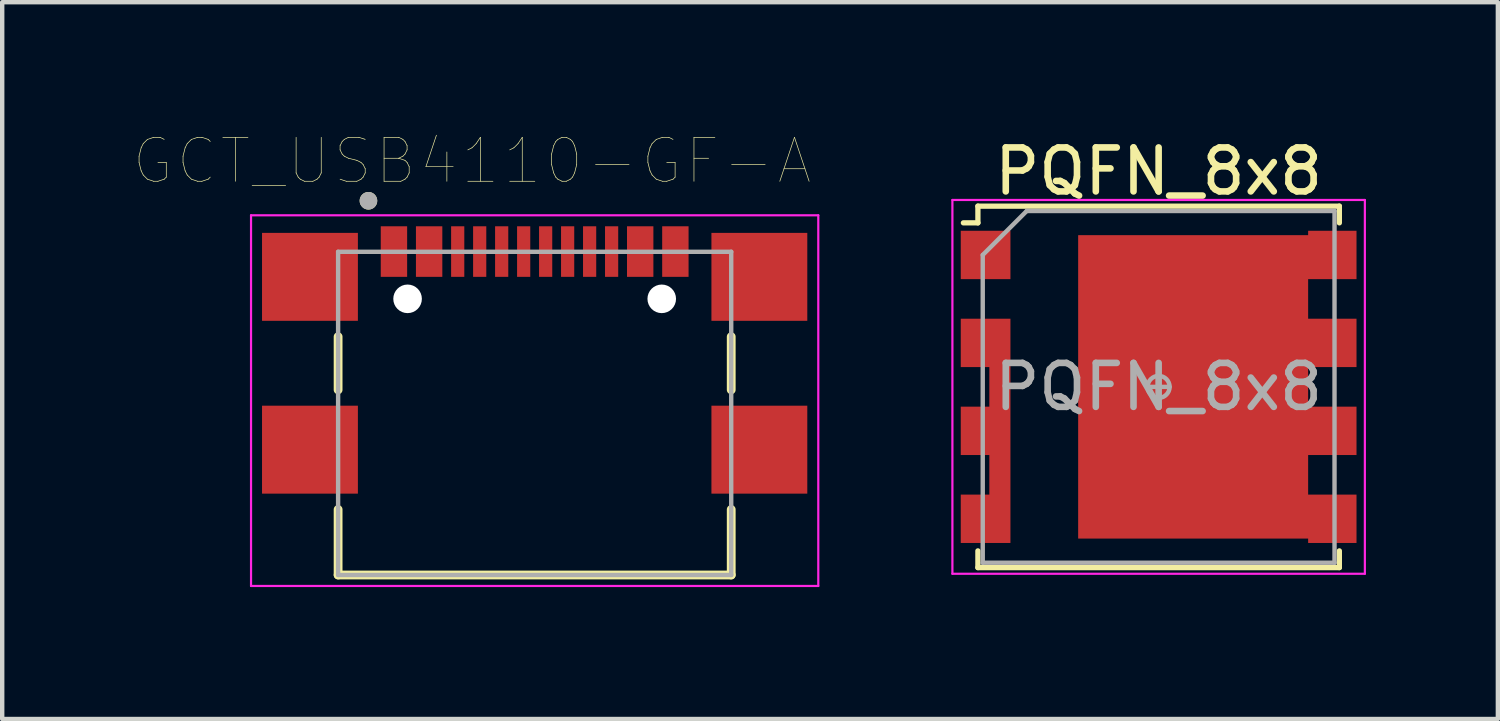
<source format=kicad_pcb>
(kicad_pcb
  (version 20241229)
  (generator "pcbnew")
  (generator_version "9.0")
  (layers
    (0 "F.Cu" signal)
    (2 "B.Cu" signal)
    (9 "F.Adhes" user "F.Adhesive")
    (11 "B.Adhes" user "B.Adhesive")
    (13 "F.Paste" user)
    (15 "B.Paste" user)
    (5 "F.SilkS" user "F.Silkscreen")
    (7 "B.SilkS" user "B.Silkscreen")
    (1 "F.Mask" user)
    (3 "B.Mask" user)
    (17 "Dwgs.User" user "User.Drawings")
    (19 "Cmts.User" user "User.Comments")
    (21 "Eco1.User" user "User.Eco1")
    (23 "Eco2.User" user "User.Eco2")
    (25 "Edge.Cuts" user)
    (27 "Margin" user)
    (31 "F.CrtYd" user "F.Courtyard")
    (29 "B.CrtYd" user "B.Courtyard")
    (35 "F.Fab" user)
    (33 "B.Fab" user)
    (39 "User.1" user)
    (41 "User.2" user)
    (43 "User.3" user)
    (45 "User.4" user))
  (footprint "GCT_USB4110-GF-A"
    (layer "F.Cu")
    (at 9.109 3.746)
    (property "Reference" "GCT_USB4110-GF-A" (at -1.425 -3.135 0) (layer "F.SilkS") (effects (font (size 1 1) (thickness 0.015))))
    (attr through_hole)
    (fp_line (start -4.47 0.86) (end -4.47 2.07) (stroke (width 0.2) (type solid)) (layer "F.SilkS"))
    (fp_line (start -4.47 4.79) (end -4.47 6.28) (stroke (width 0.2) (type solid)) (layer "F.SilkS"))
    (fp_line (start -4.47 6.28) (end 4.47 6.28) (stroke (width 0.2) (type solid)) (layer "F.SilkS"))
    (fp_line (start 4.47 0.86) (end 4.47 2.07) (stroke (width 0.2) (type solid)) (layer "F.SilkS"))
    (fp_line (start 4.47 6.28) (end 4.47 4.79) (stroke (width 0.2) (type solid)) (layer "F.SilkS"))
    (fp_circle (center -3.78 -2.23) (end -3.68 -2.23) (stroke (width 0.2) (type solid)) (fill no) (layer "F.SilkS"))
    (fp_line (start -6.45 -1.9) (end 6.45 -1.9) (stroke (width 0.05) (type solid)) (layer "F.CrtYd"))
    (fp_line (start -6.45 6.53) (end -6.45 -1.9) (stroke (width 0.05) (type solid)) (layer "F.CrtYd"))
    (fp_line (start 6.45 -1.9) (end 6.45 6.53) (stroke (width 0.05) (type solid)) (layer "F.CrtYd"))
    (fp_line (start 6.45 6.53) (end -6.45 6.53) (stroke (width 0.05) (type solid)) (layer "F.CrtYd"))
    (fp_line (start -4.47 -1.07) (end -4.47 6.28) (stroke (width 0.1) (type solid)) (layer "F.Fab"))
    (fp_line (start -4.47 6.28) (end 4.47 6.28) (stroke (width 0.1) (type solid)) (layer "F.Fab"))
    (fp_line (start 4.47 -1.07) (end -4.47 -1.07) (stroke (width 0.1) (type solid)) (layer "F.Fab"))
    (fp_line (start 4.47 6.28) (end 4.47 -1.07) (stroke (width 0.1) (type solid)) (layer "F.Fab"))
    (fp_circle (center -3.78 -2.23) (end -3.68 -2.23) (stroke (width 0.2) (type solid)) (fill no) (layer "F.Fab"))
    (pad "" np_thru_hole circle (at -2.89 0) (size 0.65 0.65) (drill 0.65) (layers "*.Cu" "*.Mask"))
    (pad "" np_thru_hole circle (at 2.89 0) (size 0.65 0.65) (drill 0.65) (layers "*.Cu" "*.Mask"))
    (pad "A1/B12" smd rect (at -3.2 -1.075) (size 0.6 1.15) (layers "F.Cu" "F.Mask" "F.Paste"))
    (pad "A4/B9" smd rect (at -2.4 -1.075) (size 0.6 1.15) (layers "F.Cu" "F.Mask" "F.Paste"))
    (pad "A5" smd rect (at -1.25 -1.075) (size 0.3 1.15) (layers "F.Cu" "F.Mask" "F.Paste"))
    (pad "A6" smd rect (at -0.25 -1.075) (size 0.3 1.15) (layers "F.Cu" "F.Mask" "F.Paste"))
    (pad "A7" smd rect (at 0.25 -1.075) (size 0.3 1.15) (layers "F.Cu" "F.Mask" "F.Paste"))
    (pad "A8" smd rect (at 1.25 -1.075) (size 0.3 1.15) (layers "F.Cu" "F.Mask" "F.Paste"))
    (pad "B1/A12" smd rect (at 3.2 -1.075) (size 0.6 1.15) (layers "F.Cu" "F.Mask" "F.Paste"))
    (pad "B4/A9" smd rect (at 2.4 -1.075) (size 0.6 1.15) (layers "F.Cu" "F.Mask" "F.Paste"))
    (pad "B5" smd rect (at 1.75 -1.075) (size 0.3 1.15) (layers "F.Cu" "F.Mask" "F.Paste"))
    (pad "B6" smd rect (at 0.75 -1.075) (size 0.3 1.15) (layers "F.Cu" "F.Mask" "F.Paste"))
    (pad "B7" smd rect (at -0.75 -1.075) (size 0.3 1.15) (layers "F.Cu" "F.Mask" "F.Paste"))
    (pad "B8" smd rect (at -1.75 -1.075) (size 0.3 1.15) (layers "F.Cu" "F.Mask" "F.Paste"))
    (pad "S1" smd rect (at -5.11 -0.5) (size 2.18 2) (layers "F.Cu" "F.Mask" "F.Paste"))
    (pad "S2" smd rect (at 5.11 -0.5) (size 2.18 2) (layers "F.Cu" "F.Mask" "F.Paste"))
    (pad "S3" smd rect (at -5.11 3.43) (size 2.18 2) (layers "F.Cu" "F.Mask" "F.Paste"))
    (pad "S4" smd rect (at 5.11 3.43) (size 2.18 2) (layers "F.Cu" "F.Mask" "F.Paste")))
  (footprint "PQFN_8x8"
    (layer "F.Cu")
    (at 23.299 5.748)
    (property "Reference" "PQFN_8x8" (at 0 -4.9 0) (layer "F.SilkS") (effects (font (size 1 1) (thickness 0.15))))
    (attr smd)
    (fp_line (start -4.11 -3.73) (end -4.44 -3.73) (stroke (width 0.12) (type solid)) (layer "F.SilkS"))
    (fp_line (start -4.11 -3.73) (end -4.11 -4.11) (stroke (width 0.12) (type solid)) (layer "F.SilkS"))
    (fp_line (start -4.11 3.73) (end -4.11 4.11) (stroke (width 0.12) (type solid)) (layer "F.SilkS"))
    (fp_line (start 4.11 -4.11) (end -4.11 -4.11) (stroke (width 0.12) (type solid)) (layer "F.SilkS"))
    (fp_line (start 4.11 -3.73) (end 4.11 -4.11) (stroke (width 0.12) (type solid)) (layer "F.SilkS"))
    (fp_line (start 4.11 3.73) (end 4.11 4.11) (stroke (width 0.12) (type solid)) (layer "F.SilkS"))
    (fp_line (start 4.11 4.11) (end -4.11 4.11) (stroke (width 0.12) (type solid)) (layer "F.SilkS"))
    (fp_line (start -4.69 -4.25) (end 4.69 -4.25) (stroke (width 0.05) (type solid)) (layer "F.CrtYd"))
    (fp_line (start -4.69 4.25) (end -4.69 -4.25) (stroke (width 0.05) (type solid)) (layer "F.CrtYd"))
    (fp_line (start 4.69 -4.25) (end 4.69 4.25) (stroke (width 0.05) (type solid)) (layer "F.CrtYd"))
    (fp_line (start 4.69 4.25) (end -4.69 4.25) (stroke (width 0.05) (type solid)) (layer "F.CrtYd"))
    (fp_line (start -4 4) (end -4 -3) (stroke (width 0.1) (type solid)) (layer "F.Fab"))
    (fp_line (start -3 -4) (end -4 -3) (stroke (width 0.1) (type solid)) (layer "F.Fab"))
    (fp_line (start -3 -4) (end 4 -4) (stroke (width 0.1) (type solid)) (layer "F.Fab"))
    (fp_line (start 0 0.25) (end 0 -0.25) (stroke (width 0.1) (type solid)) (layer "F.Fab"))
    (fp_line (start 0.25 0) (end -0.25 0) (stroke (width 0.1) (type solid)) (layer "F.Fab"))
    (fp_line (start 4 -4) (end 4 4) (stroke (width 0.1) (type solid)) (layer "F.Fab"))
    (fp_line (start 4 4) (end -4 4) (stroke (width 0.1) (type solid)) (layer "F.Fab"))
    (fp_circle (center 0 0) (end 0 0.25) (stroke (width 0.1) (type solid)) (fill no) (layer "F.Fab"))
    (fp_text user "${REFERENCE}" (at 0 0 0) (layer "F.Fab") (effects (font (size 1 1) (thickness 0.15))))
    (pad "" smd rect (at -0.5 -2.25 270) (size 1.5 1.5) (layers "F.Paste"))
    (pad "" smd rect (at -0.5 0 270) (size 1.5 1.5) (layers "F.Paste"))
    (pad "" smd rect (at -0.5 2.25 270) (size 1.5 1.5) (layers "F.Paste"))
    (pad "" smd rect (at 2 -2.25 270) (size 1.5 1.5) (layers "F.Paste"))
    (pad "" smd rect (at 2 0 270) (size 1.5 1.5) (layers "F.Paste"))
    (pad "" smd rect (at 2 2.25 270) (size 1.5 1.5) (layers "F.Paste"))
    (pad "1" smd rect (at -3.935 -3) (size 1.13 1.1) (layers "F.Cu" "F.Mask" "F.Paste"))
    (pad "2" smd custom (at -3.61 1) (size 0.48 5.1) (layers "F.Cu" "F.Mask" "F.Paste") (options (anchor rect)) (primitives (gr_poly (pts (xy -0.24 -2.55) (xy -0.89 -2.55) (xy -0.89 -1.45) (xy -0.24 -1.45)) (width 0) (fill yes)) (gr_poly (pts (xy -0.24 -0.55) (xy -0.89 -0.55) (xy -0.89 0.55) (xy -0.24 0.55)) (width 0) (fill yes)) (gr_poly (pts (xy -0.24 1.45) (xy -0.89 1.45) (xy -0.89 2.55) (xy -0.24 2.55)) (width 0) (fill yes))))
    (pad "3" smd custom (at 0.785 0) (size 5.23 6.9) (layers "F.Cu" "F.Mask") (options (anchor rect)) (primitives (gr_poly (pts (xy 2.615 -3.55) (xy 3.715 -3.55) (xy 3.715 -2.45) (xy 2.615 -2.45)) (width 0) (fill yes)) (gr_poly (pts (xy 2.615 -1.55) (xy 3.715 -1.55) (xy 3.715 -0.45) (xy 2.615 -0.45)) (width 0) (fill yes)) (gr_poly (pts (xy 2.615 0.45) (xy 3.715 0.45) (xy 3.715 1.55) (xy 2.615 1.55)) (width 0) (fill yes)) (gr_poly (pts (xy 2.615 2.45) (xy 3.715 2.45) (xy 3.715 3.55) (xy 2.615 3.55)) (width 0) (fill yes)))))
  (gr_rect
    (start -3 -3)
    (end 31.014 13.301)
    (stroke (width 0.1) (type default))
    (fill no)
    (layer "Edge.Cuts")))
</source>
